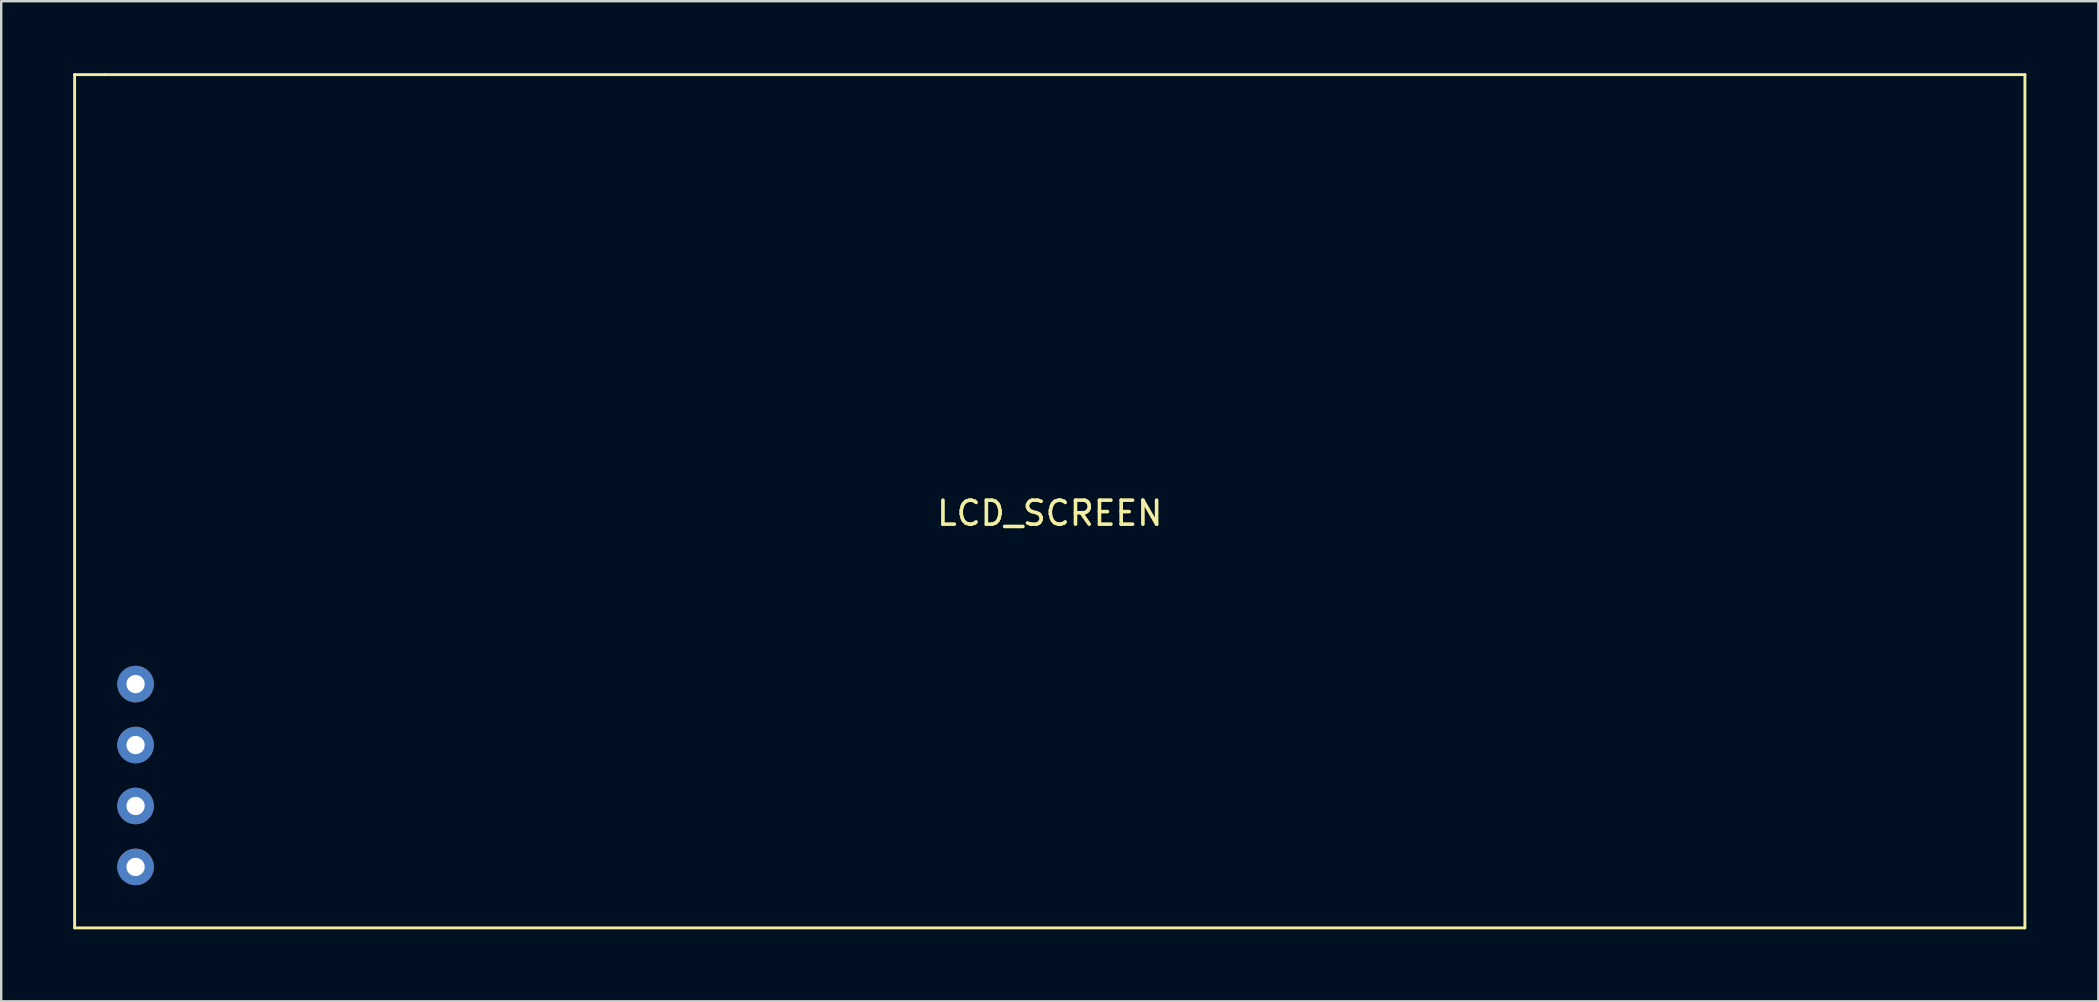
<source format=kicad_pcb>
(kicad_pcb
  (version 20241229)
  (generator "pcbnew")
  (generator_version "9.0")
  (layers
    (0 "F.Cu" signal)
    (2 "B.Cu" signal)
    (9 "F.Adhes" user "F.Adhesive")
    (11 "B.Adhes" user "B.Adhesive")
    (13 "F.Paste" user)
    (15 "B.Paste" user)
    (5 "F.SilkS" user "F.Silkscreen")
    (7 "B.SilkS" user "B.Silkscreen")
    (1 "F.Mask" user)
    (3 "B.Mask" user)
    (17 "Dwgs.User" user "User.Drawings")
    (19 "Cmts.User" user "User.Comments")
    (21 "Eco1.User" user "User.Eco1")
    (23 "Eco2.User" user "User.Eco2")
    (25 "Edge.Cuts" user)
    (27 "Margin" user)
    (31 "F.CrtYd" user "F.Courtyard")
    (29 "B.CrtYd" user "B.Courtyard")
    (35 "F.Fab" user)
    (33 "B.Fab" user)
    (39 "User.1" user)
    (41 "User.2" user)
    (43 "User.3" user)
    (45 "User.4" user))
  (footprint "LCD_SCREEN"
    (layer "F.Cu")
    (at 2.6 33.08)
    (property "Reference" "LCD_SCREEN" (at 38.1 -14.74 0) (layer "F.SilkS") (effects (font (size 1 1) (thickness 0.15))))
    (attr through_hole)
    (fp_line (start -2.54 -33.02) (end -1.27 -33.02) (stroke (width 0.12) (type solid)) (layer "F.SilkS"))
    (fp_line (start -2.54 2.54) (end -2.54 -33.02) (stroke (width 0.12) (type solid)) (layer "F.SilkS"))
    (fp_line (start -2.54 2.54) (end 78.74 2.54) (stroke (width 0.12) (type solid)) (layer "F.SilkS"))
    (fp_line (start 78.74 -33.02) (end -1.27 -33.02) (stroke (width 0.12) (type solid)) (layer "F.SilkS"))
    (fp_line (start 78.74 2.54) (end 78.74 -33.02) (stroke (width 0.12) (type solid)) (layer "F.SilkS"))
    (pad "1" thru_hole circle (at 0 0) (size 1.524 1.524) (drill 0.762) (layers "*.Cu" "*.Mask"))
    (pad "2" thru_hole circle (at 0 -2.54) (size 1.524 1.524) (drill 0.762) (layers "*.Cu" "*.Mask"))
    (pad "3" thru_hole circle (at 0 -5.08) (size 1.524 1.524) (drill 0.762) (layers "*.Cu" "*.Mask"))
    (pad "4" thru_hole circle (at 0 -7.62) (size 1.524 1.524) (drill 0.762) (layers "*.Cu" "*.Mask")))
  (gr_rect
    (start -3 -3)
    (end 84.4 38.68)
    (stroke (width 0.1) (type default))
    (fill no)
    (layer "Edge.Cuts")))
</source>
